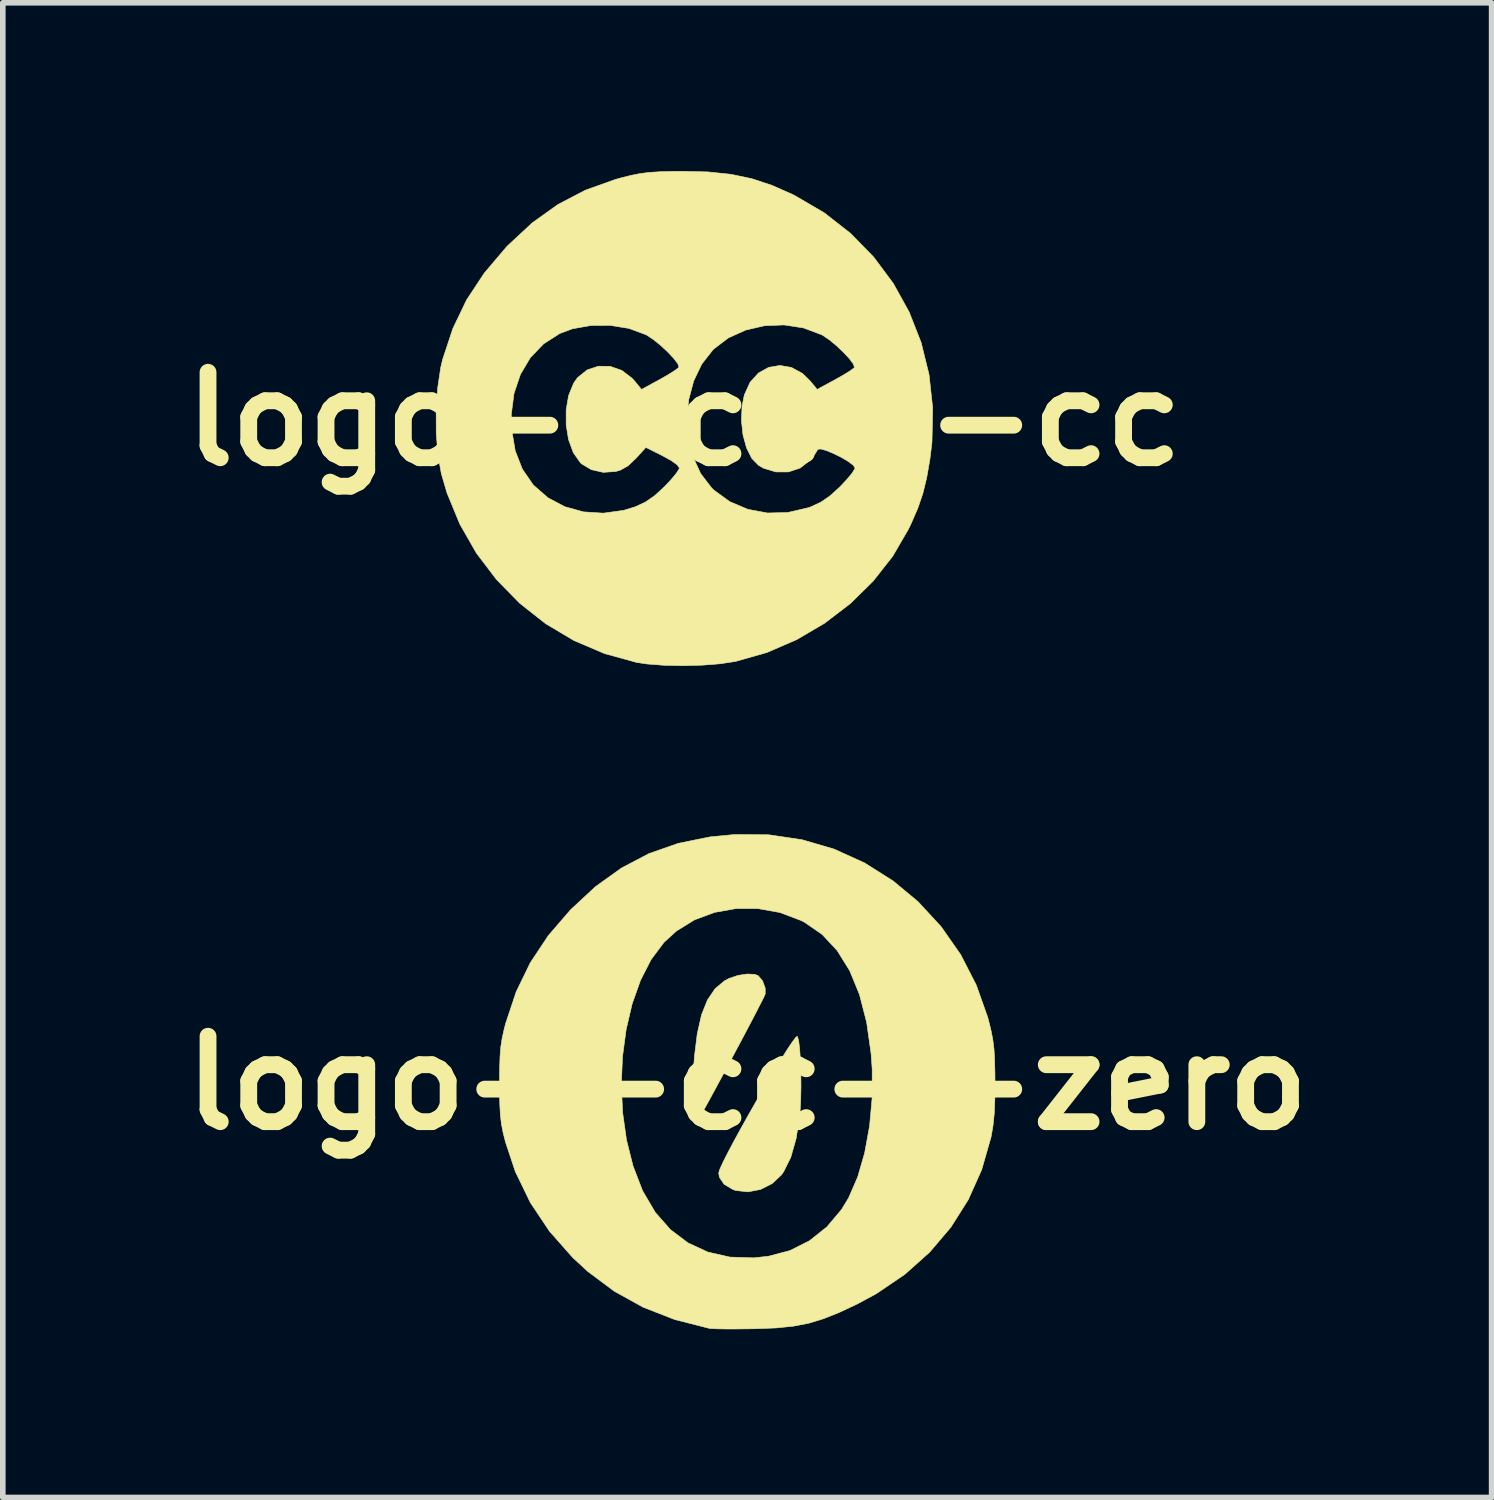
<source format=kicad_pcb>
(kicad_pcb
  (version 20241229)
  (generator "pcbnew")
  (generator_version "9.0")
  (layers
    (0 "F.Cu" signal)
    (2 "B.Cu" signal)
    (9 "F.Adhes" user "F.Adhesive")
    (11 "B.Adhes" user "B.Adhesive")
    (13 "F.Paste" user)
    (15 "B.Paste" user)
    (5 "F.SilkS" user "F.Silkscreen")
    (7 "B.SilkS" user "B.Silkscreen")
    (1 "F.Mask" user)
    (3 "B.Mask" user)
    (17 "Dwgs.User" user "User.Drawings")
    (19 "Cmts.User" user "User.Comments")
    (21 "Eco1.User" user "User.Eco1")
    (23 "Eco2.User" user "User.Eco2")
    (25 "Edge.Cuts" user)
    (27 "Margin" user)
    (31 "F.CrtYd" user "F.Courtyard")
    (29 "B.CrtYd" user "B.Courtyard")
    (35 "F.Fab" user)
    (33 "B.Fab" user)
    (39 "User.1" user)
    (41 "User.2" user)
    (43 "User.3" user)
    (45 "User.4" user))
  (footprint "logo--cc--zero"
    (layer "F.Cu")
    (at 10.276 16.265)
    (property "Reference" "logo--cc--zero" (at 0 0 0) (layer "F.SilkS") (effects (font (size 1.524 1.524) (thickness 0.3))))
    (attr through_hole)
    (fp_poly (pts (xy 0.134 -1.938) (xy 0.195 -1.915) (xy 0.274 -1.822) (xy 0.321 -1.693) (xy 0.321 -1.588) (xy 0.298 -1.534) (xy 0.239 -1.418) (xy 0.153 -1.25) (xy 0.045 -1.043) (xy -0.079 -0.808) (xy -0.213 -0.557) (xy -0.35 -0.3) (xy -0.485 -0.049) (xy -0.611 0.184) (xy -0.722 0.387) (xy -0.813 0.55) (xy -0.876 0.661) (xy -0.906 0.709) (xy -0.906 0.709) (xy -0.918 0.678) (xy -0.934 0.582) (xy -0.951 0.44) (xy -0.955 0.395) (xy -0.964 0.215) (xy -0.964 -0.017) (xy -0.955 -0.268) (xy -0.942 -0.466) (xy -0.891 -0.878) (xy -0.815 -1.215) (xy -0.709 -1.481) (xy -0.573 -1.682) (xy -0.403 -1.824) (xy -0.322 -1.866) (xy -0.165 -1.919) (xy -0.002 -1.944) (xy 0.134 -1.938)) (stroke (width 0.01) (type solid)) (fill yes) (layer "F.SilkS"))
    (fp_poly (pts (xy 0.895 -0.834) (xy 0.918 -0.751) (xy 0.936 -0.602) (xy 0.949 -0.404) (xy 0.957 -0.176) (xy 0.959 0.064) (xy 0.954 0.297) (xy 0.943 0.507) (xy 0.936 0.582) (xy 0.872 0.992) (xy 0.777 1.326) (xy 0.649 1.583) (xy 0.61 1.639) (xy 0.444 1.794) (xy 0.238 1.898) (xy 0.014 1.941) (xy -0.203 1.917) (xy -0.253 1.9) (xy -0.413 1.805) (xy -0.496 1.681) (xy -0.508 1.602) (xy -0.488 1.537) (xy -0.433 1.415) (xy -0.347 1.245) (xy -0.238 1.039) (xy -0.11 0.805) (xy 0.03 0.555) (xy 0.176 0.298) (xy 0.324 0.045) (xy 0.466 -0.195) (xy 0.597 -0.411) (xy 0.711 -0.593) (xy 0.803 -0.73) (xy 0.866 -0.814) (xy 0.895 -0.834) (xy 0.895 -0.834)) (stroke (width 0.01) (type solid)) (fill yes) (layer "F.SilkS"))
    (fp_poly (pts (xy 0.386 -4.427) (xy 0.979 -4.339) (xy 1.55 -4.172) (xy 2.092 -3.926) (xy 2.602 -3.604) (xy 3.044 -3.237) (xy 3.458 -2.789) (xy 3.807 -2.29) (xy 4.085 -1.748) (xy 4.289 -1.173) (xy 4.303 -1.121) (xy 4.348 -0.938) (xy 4.38 -0.775) (xy 4.401 -0.609) (xy 4.412 -0.416) (xy 4.418 -0.173) (xy 4.419 -0.042) (xy 4.417 0.283) (xy 4.406 0.545) (xy 4.383 0.766) (xy 4.348 0.968) (xy 4.346 0.974) (xy 4.182 1.546) (xy 3.943 2.08) (xy 3.633 2.571) (xy 3.254 3.017) (xy 2.809 3.414) (xy 2.3 3.759) (xy 1.968 3.938) (xy 1.643 4.091) (xy 1.36 4.204) (xy 1.094 4.285) (xy 0.821 4.337) (xy 0.516 4.368) (xy 0.154 4.382) (xy 0.106 4.383) (xy -0.133 4.386) (xy -0.349 4.387) (xy -0.525 4.384) (xy -0.643 4.379) (xy -0.677 4.375) (xy -1.294 4.218) (xy -1.855 3.999) (xy -2.37 3.714) (xy -2.843 3.361) (xy -3.112 3.113) (xy -3.527 2.643) (xy -3.868 2.132) (xy -4.135 1.581) (xy -4.309 1.059) (xy -4.353 0.886) (xy -4.383 0.732) (xy -4.402 0.573) (xy -4.412 0.387) (xy -4.417 0.152) (xy -4.417 0.028) (xy -2.245 0.028) (xy -2.222 0.526) (xy -2.153 1.014) (xy -2.037 1.477) (xy -1.873 1.904) (xy -1.86 1.932) (xy -1.639 2.308) (xy -1.37 2.614) (xy -1.056 2.851) (xy -0.702 3.015) (xy -0.309 3.104) (xy 0.117 3.118) (xy 0.381 3.089) (xy 0.763 2.988) (xy 1.112 2.812) (xy 1.421 2.566) (xy 1.681 2.258) (xy 1.808 2.049) (xy 1.97 1.677) (xy 2.095 1.245) (xy 2.182 0.769) (xy 2.228 0.267) (xy 2.229 -0.244) (xy 2.21 -0.52) (xy 2.13 -1.083) (xy 2.002 -1.579) (xy 1.827 -2.005) (xy 1.604 -2.363) (xy 1.335 -2.651) (xy 1.019 -2.869) (xy 0.959 -2.899) (xy 0.583 -3.041) (xy 0.192 -3.111) (xy -0.201 -3.111) (xy -0.582 -3.043) (xy -0.94 -2.91) (xy -1.261 -2.712) (xy -1.485 -2.508) (xy -1.714 -2.202) (xy -1.903 -1.832) (xy -2.052 -1.412) (xy -2.159 -0.954) (xy -2.224 -0.47) (xy -2.245 0.028) (xy -4.417 0.028) (xy -4.417 0) (xy -4.415 -0.27) (xy -4.408 -0.479) (xy -4.394 -0.649) (xy -4.37 -0.802) (xy -4.334 -0.963) (xy -4.308 -1.063) (xy -4.12 -1.627) (xy -3.869 -2.144) (xy -3.548 -2.628) (xy -3.151 -3.089) (xy -2.706 -3.502) (xy -2.243 -3.834) (xy -1.754 -4.091) (xy -1.229 -4.275) (xy -0.661 -4.39) (xy -0.224 -4.432) (xy 0.386 -4.427)) (stroke (width 0.01) (type solid)) (fill yes) (layer "F.SilkS")))
  (footprint "logo--cc--cc"
    (layer "F.Cu")
    (at 9.151 4.424)
    (property "Reference" "logo--cc--cc" (at 0 0 0) (layer "F.SilkS") (effects (font (size 1.524 1.524) (thickness 0.3))))
    (attr through_hole)
    (fp_poly (pts (xy 0.424 -4.408) (xy 0.832 -4.366) (xy 1.205 -4.288) (xy 1.566 -4.169) (xy 1.938 -4.004) (xy 1.968 -3.989) (xy 2.497 -3.68) (xy 2.969 -3.311) (xy 3.381 -2.889) (xy 3.73 -2.42) (xy 4.013 -1.91) (xy 4.227 -1.365) (xy 4.368 -0.792) (xy 4.433 -0.197) (xy 4.42 0.414) (xy 4.383 0.72) (xy 4.326 1.046) (xy 4.259 1.322) (xy 4.171 1.581) (xy 4.052 1.856) (xy 3.998 1.968) (xy 3.72 2.446) (xy 3.372 2.889) (xy 2.964 3.29) (xy 2.505 3.641) (xy 2.006 3.934) (xy 1.477 4.163) (xy 0.928 4.319) (xy 0.911 4.323) (xy 0.641 4.364) (xy 0.32 4.389) (xy -0.022 4.398) (xy -0.358 4.391) (xy -0.659 4.368) (xy -0.847 4.34) (xy -1.42 4.182) (xy -1.964 3.95) (xy -2.47 3.649) (xy -2.933 3.284) (xy -3.346 2.862) (xy -3.705 2.39) (xy -4.001 1.872) (xy -4.23 1.315) (xy -4.33 0.974) (xy -4.39 0.638) (xy -4.421 0.252) (xy -4.422 -0.081) (xy -3.083 -0.081) (xy -3.076 0.189) (xy -3.012 0.567) (xy -2.886 0.891) (xy -2.697 1.166) (xy -2.684 1.181) (xy -2.428 1.404) (xy -2.127 1.563) (xy -1.794 1.655) (xy -1.441 1.678) (xy -1.08 1.628) (xy -0.868 1.563) (xy -0.69 1.48) (xy -0.523 1.364) (xy -0.349 1.204) (xy -0.23 1.077) (xy -0.139 0.967) (xy -0.09 0.89) (xy -0.085 0.872) (xy -0.122 0.818) (xy -0.226 0.742) (xy -0.383 0.655) (xy -0.682 0.505) (xy -0.859 0.7) (xy -1.001 0.834) (xy -1.136 0.91) (xy -1.22 0.935) (xy -1.443 0.95) (xy -1.655 0.902) (xy -1.829 0.798) (xy -1.849 0.78) (xy -1.976 0.599) (xy -2.061 0.367) (xy -2.104 0.105) (xy -2.104 -0.001) (xy 0.051 -0.001) (xy 0.077 0.344) (xy 0.158 0.674) (xy 0.296 0.974) (xy 0.491 1.228) (xy 0.533 1.269) (xy 0.816 1.474) (xy 1.138 1.61) (xy 1.487 1.675) (xy 1.849 1.666) (xy 2.213 1.581) (xy 2.265 1.563) (xy 2.442 1.48) (xy 2.609 1.364) (xy 2.783 1.204) (xy 2.902 1.077) (xy 2.994 0.967) (xy 3.043 0.889) (xy 3.048 0.871) (xy 3.014 0.821) (xy 2.926 0.755) (xy 2.804 0.683) (xy 2.669 0.616) (xy 2.54 0.562) (xy 2.438 0.533) (xy 2.384 0.539) (xy 2.381 0.544) (xy 2.342 0.61) (xy 2.268 0.705) (xy 2.238 0.741) (xy 2.068 0.874) (xy 1.862 0.942) (xy 1.638 0.943) (xy 1.417 0.876) (xy 1.329 0.826) (xy 1.207 0.701) (xy 1.113 0.514) (xy 1.05 0.283) (xy 1.022 0.029) (xy 1.033 -0.229) (xy 1.074 -0.432) (xy 1.176 -0.656) (xy 1.325 -0.821) (xy 1.507 -0.922) (xy 1.708 -0.956) (xy 1.914 -0.921) (xy 2.112 -0.813) (xy 2.245 -0.683) (xy 2.372 -0.529) (xy 2.699 -0.706) (xy 2.847 -0.79) (xy 2.963 -0.862) (xy 3.029 -0.911) (xy 3.038 -0.922) (xy 3.019 -0.981) (xy 2.949 -1.076) (xy 2.843 -1.19) (xy 2.718 -1.308) (xy 2.59 -1.414) (xy 2.474 -1.492) (xy 2.453 -1.504) (xy 2.128 -1.626) (xy 1.782 -1.679) (xy 1.433 -1.665) (xy 1.097 -1.587) (xy 0.789 -1.448) (xy 0.526 -1.248) (xy 0.515 -1.237) (xy 0.314 -0.98) (xy 0.17 -0.679) (xy 0.082 -0.347) (xy 0.051 -0.001) (xy -2.104 -0.001) (xy -2.104 -0.165) (xy -2.06 -0.421) (xy -1.971 -0.639) (xy -1.901 -0.739) (xy -1.729 -0.877) (xy -1.529 -0.943) (xy -1.318 -0.94) (xy -1.111 -0.868) (xy -0.928 -0.728) (xy -0.887 -0.683) (xy -0.76 -0.529) (xy -0.434 -0.706) (xy -0.286 -0.791) (xy -0.169 -0.864) (xy -0.102 -0.915) (xy -0.093 -0.927) (xy -0.112 -0.986) (xy -0.183 -1.08) (xy -0.29 -1.194) (xy -0.416 -1.312) (xy -0.547 -1.418) (xy -0.665 -1.496) (xy -0.684 -1.506) (xy -0.984 -1.617) (xy -1.32 -1.671) (xy -1.665 -1.669) (xy -1.993 -1.61) (xy -2.218 -1.526) (xy -2.507 -1.341) (xy -2.742 -1.096) (xy -2.919 -0.798) (xy -3.034 -0.457) (xy -3.083 -0.081) (xy -4.422 -0.081) (xy -4.423 -0.157) (xy -4.395 -0.558) (xy -4.34 -0.924) (xy -4.307 -1.063) (xy -4.124 -1.616) (xy -3.879 -2.126) (xy -3.563 -2.605) (xy -3.171 -3.067) (xy -3.141 -3.098) (xy -2.707 -3.501) (xy -2.251 -3.827) (xy -1.762 -4.082) (xy -1.228 -4.273) (xy -1.121 -4.303) (xy -0.939 -4.348) (xy -0.777 -4.38) (xy -0.611 -4.4) (xy -0.419 -4.412) (xy -0.177 -4.418) (xy -0.042 -4.419) (xy 0.424 -4.408)) (stroke (width 0.01) (type solid)) (fill yes) (layer "F.SilkS")))
  (gr_rect
    (start -3 -3)
    (end 23.552 23.656)
    (stroke (width 0.1) (type default))
    (fill no)
    (layer "Edge.Cuts")))
</source>
